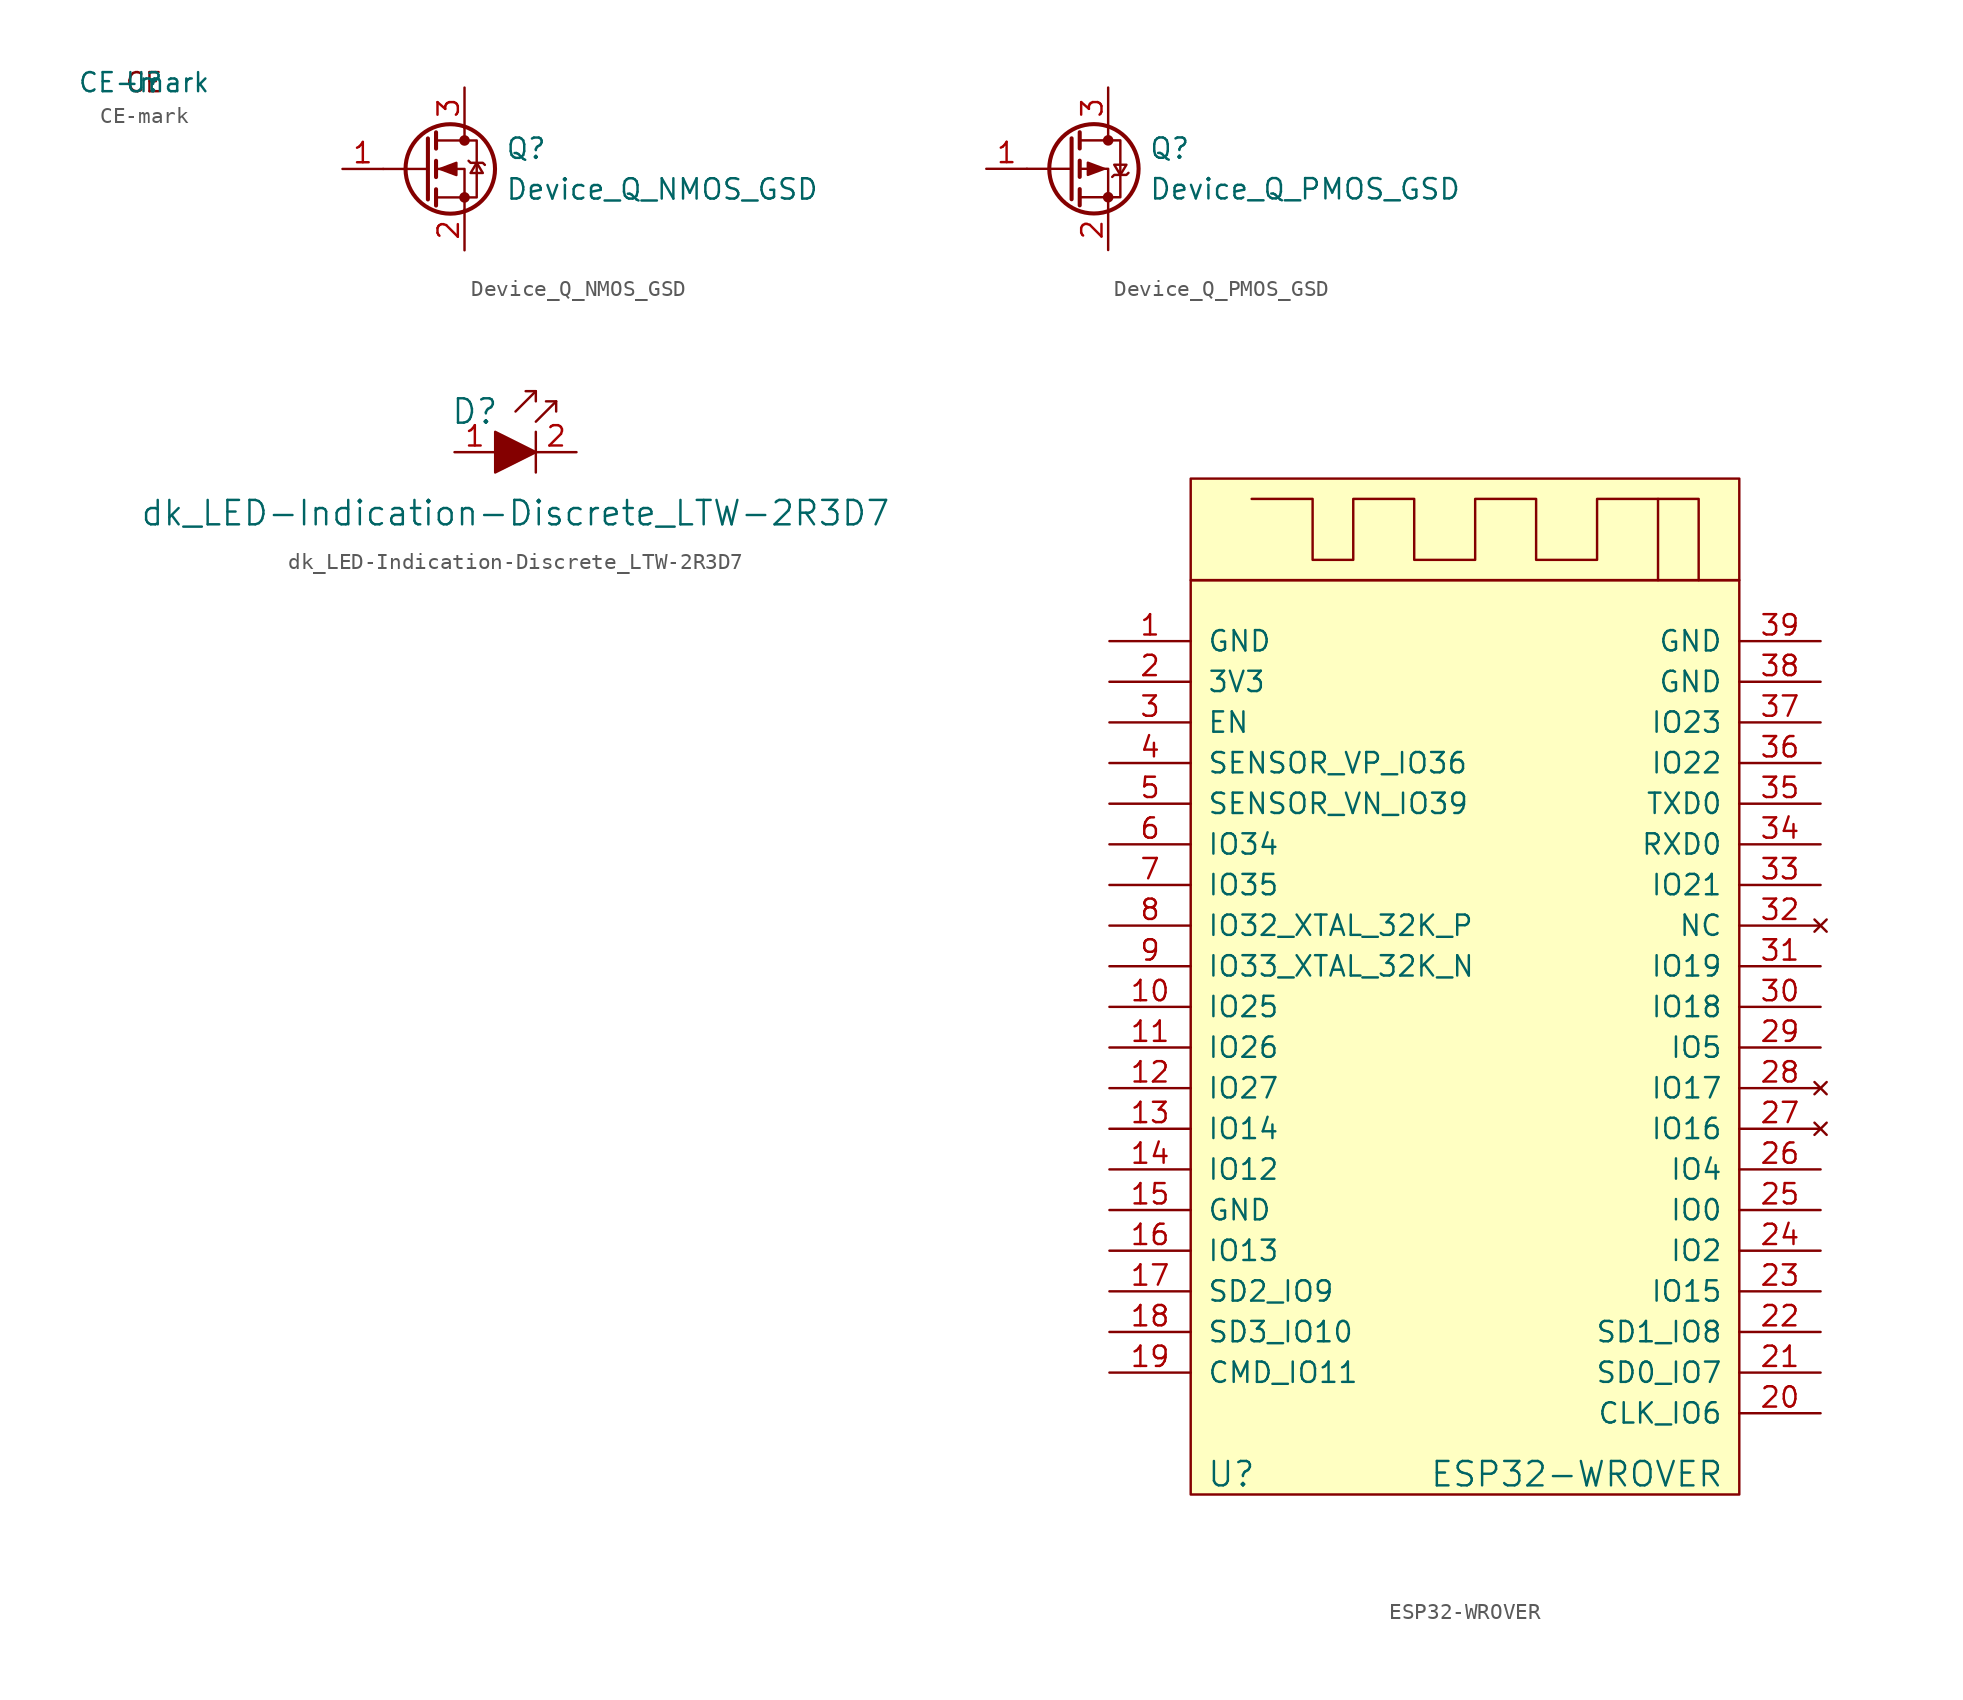
<source format=kicad_sym>
(kicad_symbol_lib
  (version 20211014)
  (generator kicad_symbol_editor)
  (symbol "CE-mark"
    (pin_names
      (offset 1.016))
    (property "Reference" "U"
      (at 0 0 0)
      (effects (font (size 1.194 1.194))))
    (property "Value" "CE-mark"
      (at 0 0 0)
      (effects (font (size 1.194 1.194))))
    (symbol "CE-mark_0_0"
      (text "CE" (at 0 0 0) (effects (font (size 1.194 1.194))))))
  (symbol "Device_Q_NMOS_GSD"
    (pin_names
      (offset 0) hide)
    (property "Reference" "Q"
      (at 5.08 1.27 0)
      (effects (font (size 1.27 1.27)) (justify left)))
    (property "Value" "Device_Q_NMOS_GSD"
      (at 5.08 -1.27 0)
      (effects (font (size 1.27 1.27)) (justify left)))
    (symbol "Device_Q_NMOS_GSD_0_1"
      (polyline (pts (xy 0.254 0) (xy -2.54 0)) (stroke (width 0) (type default) (color 0 0 0 0)) (fill (type none)))
      (polyline (pts (xy 0.254 1.905) (xy 0.254 -1.905)) (stroke (width 0.254) (type default) (color 0 0 0 0)) (fill (type none)))
      (polyline (pts (xy 0.762 -1.27) (xy 0.762 -2.286)) (stroke (width 0.254) (type default) (color 0 0 0 0)) (fill (type none)))
      (polyline (pts (xy 0.762 0.508) (xy 0.762 -0.508)) (stroke (width 0.254) (type default) (color 0 0 0 0)) (fill (type none)))
      (polyline (pts (xy 0.762 2.286) (xy 0.762 1.27)) (stroke (width 0.254) (type default) (color 0 0 0 0)) (fill (type none)))
      (polyline (pts (xy 2.54 2.54) (xy 2.54 1.778)) (stroke (width 0) (type default) (color 0 0 0 0)) (fill (type none)))
      (polyline (pts (xy 2.54 -2.54) (xy 2.54 0) (xy 0.762 0)) (stroke (width 0) (type default) (color 0 0 0 0)) (fill (type none)))
      (polyline (pts (xy 0.762 -1.778) (xy 3.302 -1.778) (xy 3.302 1.778) (xy 0.762 1.778)) (stroke (width 0) (type default) (color 0 0 0 0)) (fill (type none)))
      (polyline (pts (xy 1.016 0) (xy 2.032 0.381) (xy 2.032 -0.381) (xy 1.016 0)) (stroke (width 0) (type default) (color 0 0 0 0)) (fill (type outline)))
      (polyline (pts (xy 2.794 0.508) (xy 2.921 0.381) (xy 3.683 0.381) (xy 3.81 0.254)) (stroke (width 0) (type default) (color 0 0 0 0)) (fill (type none)))
      (polyline (pts (xy 3.302 0.381) (xy 2.921 -0.254) (xy 3.683 -0.254) (xy 3.302 0.381)) (stroke (width 0) (type default) (color 0 0 0 0)) (fill (type none)))
      (circle (center 1.651 0) (radius 2.794) (stroke (width 0.254) (type default) (color 0 0 0 0)) (fill (type none)))
      (circle (center 2.54 -1.778) (radius 0.254) (stroke (width 0) (type default) (color 0 0 0 0)) (fill (type outline)))
      (circle (center 2.54 1.778) (radius 0.254) (stroke (width 0) (type default) (color 0 0 0 0)) (fill (type outline))))
    (symbol "Device_Q_NMOS_GSD_1_1"
      (pin input line (at -5.08 0 0) (length 2.54) (name "G" (effects (font (size 1.27 1.27)))) (number "1" (effects (font (size 1.27 1.27)))))
      (pin passive line (at 2.54 -5.08 90) (length 2.54) (name "S" (effects (font (size 1.27 1.27)))) (number "2" (effects (font (size 1.27 1.27)))))
      (pin passive line (at 2.54 5.08 270) (length 2.54) (name "D" (effects (font (size 1.27 1.27)))) (number "3" (effects (font (size 1.27 1.27)))))))
  (symbol "Device_Q_PMOS_GSD"
    (pin_names
      (offset 0) hide)
    (property "Reference" "Q"
      (at 5.08 1.27 0)
      (effects (font (size 1.27 1.27)) (justify left)))
    (property "Value" "Device_Q_PMOS_GSD"
      (at 5.08 -1.27 0)
      (effects (font (size 1.27 1.27)) (justify left)))
    (symbol "Device_Q_PMOS_GSD_0_1"
      (polyline (pts (xy 0.254 0) (xy -2.54 0)) (stroke (width 0) (type default) (color 0 0 0 0)) (fill (type none)))
      (polyline (pts (xy 0.254 1.905) (xy 0.254 -1.905)) (stroke (width 0.254) (type default) (color 0 0 0 0)) (fill (type none)))
      (polyline (pts (xy 0.762 -1.27) (xy 0.762 -2.286)) (stroke (width 0.254) (type default) (color 0 0 0 0)) (fill (type none)))
      (polyline (pts (xy 0.762 0.508) (xy 0.762 -0.508)) (stroke (width 0.254) (type default) (color 0 0 0 0)) (fill (type none)))
      (polyline (pts (xy 0.762 2.286) (xy 0.762 1.27)) (stroke (width 0.254) (type default) (color 0 0 0 0)) (fill (type none)))
      (polyline (pts (xy 2.54 2.54) (xy 2.54 1.778)) (stroke (width 0) (type default) (color 0 0 0 0)) (fill (type none)))
      (polyline (pts (xy 2.54 -2.54) (xy 2.54 0) (xy 0.762 0)) (stroke (width 0) (type default) (color 0 0 0 0)) (fill (type none)))
      (polyline (pts (xy 0.762 1.778) (xy 3.302 1.778) (xy 3.302 -1.778) (xy 0.762 -1.778)) (stroke (width 0) (type default) (color 0 0 0 0)) (fill (type none)))
      (polyline (pts (xy 2.286 0) (xy 1.27 0.381) (xy 1.27 -0.381) (xy 2.286 0)) (stroke (width 0) (type default) (color 0 0 0 0)) (fill (type outline)))
      (polyline (pts (xy 2.794 -0.508) (xy 2.921 -0.381) (xy 3.683 -0.381) (xy 3.81 -0.254)) (stroke (width 0) (type default) (color 0 0 0 0)) (fill (type none)))
      (polyline (pts (xy 3.302 -0.381) (xy 2.921 0.254) (xy 3.683 0.254) (xy 3.302 -0.381)) (stroke (width 0) (type default) (color 0 0 0 0)) (fill (type none)))
      (circle (center 1.651 0) (radius 2.794) (stroke (width 0.254) (type default) (color 0 0 0 0)) (fill (type none)))
      (circle (center 2.54 -1.778) (radius 0.254) (stroke (width 0) (type default) (color 0 0 0 0)) (fill (type outline)))
      (circle (center 2.54 1.778) (radius 0.254) (stroke (width 0) (type default) (color 0 0 0 0)) (fill (type outline))))
    (symbol "Device_Q_PMOS_GSD_1_1"
      (pin input line (at -5.08 0 0) (length 2.54) (name "G" (effects (font (size 1.27 1.27)))) (number "1" (effects (font (size 1.27 1.27)))))
      (pin passive line (at 2.54 -5.08 90) (length 2.54) (name "S" (effects (font (size 1.27 1.27)))) (number "2" (effects (font (size 1.27 1.27)))))
      (pin passive line (at 2.54 5.08 270) (length 2.54) (name "D" (effects (font (size 1.27 1.27)))) (number "3" (effects (font (size 1.27 1.27)))))))
  (symbol "dk_LED-Indication-Discrete_LTW-2R3D7"
    (pin_names
      (offset 0))
    (property "Reference" "D"
      (at -3.81 2.54 0)
      (effects (font (size 1.524 1.524))))
    (property "Value" "dk_LED-Indication-Discrete_LTW-2R3D7"
      (at -1.27 -3.81 0)
      (effects (font (size 1.524 1.524))))
    (symbol "dk_LED-Indication-Discrete_LTW-2R3D7_0_1"
      (polyline (pts (xy 0 1.27) (xy 0 -1.27)) (stroke (width 0) (type default) (color 0 0 0 0)) (fill (type none)))
      (polyline (pts (xy 0 3.81) (xy -1.27 2.54)) (stroke (width 0) (type default) (color 0 0 0 0)) (fill (type none)))
      (polyline (pts (xy 1.27 3.175) (xy 0 1.905)) (stroke (width 0) (type default) (color 0 0 0 0)) (fill (type none)))
      (polyline (pts (xy -0.635 3.81) (xy 0 3.81) (xy 0 3.175)) (stroke (width 0) (type default) (color 0 0 0 0)) (fill (type none)))
      (polyline (pts (xy 0.635 3.175) (xy 1.27 3.175) (xy 1.27 2.54)) (stroke (width 0) (type default) (color 0 0 0 0)) (fill (type none)))
      (polyline (pts (xy -2.54 1.27) (xy -2.54 -1.27) (xy 0 0) (xy -2.54 1.27)) (stroke (width 0) (type default) (color 0 0 0 0)) (fill (type outline))))
    (symbol "dk_LED-Indication-Discrete_LTW-2R3D7_1_1"
      (pin passive line (at -5.08 0 0) (length 2.54) (name "~" (effects (font (size 1.27 1.27)))) (number "1" (effects (font (size 1.27 1.27)))))
      (pin passive line (at 2.54 0 180) (length 2.54) (name "~" (effects (font (size 1.27 1.27)))) (number "2" (effects (font (size 1.27 1.27)))))))
  (symbol "ESP32-WROVER"
    (pin_names
      (offset 1.016))
    (property "Reference" "U"
      (at -15.24 -33.02 0)
      (effects (font (size 1.524 1.524))))
    (property "Value" "ESP32-WROVER"
      (at 6.35 -33.02 0)
      (effects (font (size 1.524 1.524))))
    (symbol "ESP32-WROVER_0_1"
      (rectangle (start -17.78 22.86) (end 16.51 -34.29) (stroke (width 0) (type default) (color 0 0 0 0)) (fill (type background)))
      (rectangle (start -17.78 29.21) (end 16.51 22.86) (stroke (width 0) (type default) (color 0 0 0 0)) (fill (type background)))
      (polyline (pts (xy 11.43 27.94) (xy 13.97 27.94) (xy 13.97 22.86)) (stroke (width 0) (type default) (color 0 0 0 0)) (fill (type none)))
      (polyline (pts (xy -13.97 27.94) (xy -10.16 27.94) (xy -10.16 24.13) (xy -7.62 24.13) (xy -7.62 27.94) (xy -3.81 27.94) (xy -3.81 24.13) (xy 0 24.13) (xy 0 27.94) (xy 3.81 27.94) (xy 3.81 24.13) (xy 7.62 24.13) (xy 7.62 27.94) (xy 11.43 27.94) (xy 11.43 22.86)) (stroke (width 0) (type default) (color 0 0 0 0)) (fill (type none))))
    (symbol "ESP32-WROVER_1_1"
      (pin power_in line (at -22.86 19.05 0) (length 5.08) (name "GND" (effects (font (size 1.27 1.27)))) (number "1" (effects (font (size 1.27 1.27)))))
      (pin bidirectional line (at -22.86 -3.81 0) (length 5.08) (name "IO25" (effects (font (size 1.27 1.27)))) (number "10" (effects (font (size 1.27 1.27)))))
      (pin bidirectional line (at -22.86 -6.35 0) (length 5.08) (name "IO26" (effects (font (size 1.27 1.27)))) (number "11" (effects (font (size 1.27 1.27)))))
      (pin bidirectional line (at -22.86 -8.89 0) (length 5.08) (name "IO27" (effects (font (size 1.27 1.27)))) (number "12" (effects (font (size 1.27 1.27)))))
      (pin bidirectional line (at -22.86 -11.43 0) (length 5.08) (name "IO14" (effects (font (size 1.27 1.27)))) (number "13" (effects (font (size 1.27 1.27)))))
      (pin bidirectional line (at -22.86 -13.97 0) (length 5.08) (name "IO12" (effects (font (size 1.27 1.27)))) (number "14" (effects (font (size 1.27 1.27)))))
      (pin power_in line (at -22.86 -16.51 0) (length 5.08) (name "GND" (effects (font (size 1.27 1.27)))) (number "15" (effects (font (size 1.27 1.27)))))
      (pin bidirectional line (at -22.86 -19.05 0) (length 5.08) (name "IO13" (effects (font (size 1.27 1.27)))) (number "16" (effects (font (size 1.27 1.27)))))
      (pin bidirectional line (at -22.86 -21.59 0) (length 5.08) (name "SD2_IO9" (effects (font (size 1.27 1.27)))) (number "17" (effects (font (size 1.27 1.27)))))
      (pin bidirectional line (at -22.86 -24.13 0) (length 5.08) (name "SD3_IO10" (effects (font (size 1.27 1.27)))) (number "18" (effects (font (size 1.27 1.27)))))
      (pin bidirectional line (at -22.86 -26.67 0) (length 5.08) (name "CMD_IO11" (effects (font (size 1.27 1.27)))) (number "19" (effects (font (size 1.27 1.27)))))
      (pin power_in line (at -22.86 16.51 0) (length 5.08) (name "3V3" (effects (font (size 1.27 1.27)))) (number "2" (effects (font (size 1.27 1.27)))))
      (pin bidirectional line (at 21.59 -29.21 180) (length 5.08) (name "CLK_IO6" (effects (font (size 1.27 1.27)))) (number "20" (effects (font (size 1.27 1.27)))))
      (pin bidirectional line (at 21.59 -26.67 180) (length 5.08) (name "SD0_IO7" (effects (font (size 1.27 1.27)))) (number "21" (effects (font (size 1.27 1.27)))))
      (pin bidirectional line (at 21.59 -24.13 180) (length 5.08) (name "SD1_IO8" (effects (font (size 1.27 1.27)))) (number "22" (effects (font (size 1.27 1.27)))))
      (pin bidirectional line (at 21.59 -21.59 180) (length 5.08) (name "IO15" (effects (font (size 1.27 1.27)))) (number "23" (effects (font (size 1.27 1.27)))))
      (pin bidirectional line (at 21.59 -19.05 180) (length 5.08) (name "IO2" (effects (font (size 1.27 1.27)))) (number "24" (effects (font (size 1.27 1.27)))))
      (pin bidirectional line (at 21.59 -16.51 180) (length 5.08) (name "IO0" (effects (font (size 1.27 1.27)))) (number "25" (effects (font (size 1.27 1.27)))))
      (pin bidirectional line (at 21.59 -13.97 180) (length 5.08) (name "IO4" (effects (font (size 1.27 1.27)))) (number "26" (effects (font (size 1.27 1.27)))))
      (pin no_connect line (at 21.59 -11.43 180) (length 5.08) (name "IO16" (effects (font (size 1.27 1.27)))) (number "27" (effects (font (size 1.27 1.27)))))
      (pin no_connect line (at 21.59 -8.89 180) (length 5.08) (name "IO17" (effects (font (size 1.27 1.27)))) (number "28" (effects (font (size 1.27 1.27)))))
      (pin bidirectional line (at 21.59 -6.35 180) (length 5.08) (name "IO5" (effects (font (size 1.27 1.27)))) (number "29" (effects (font (size 1.27 1.27)))))
      (pin input line (at -22.86 13.97 0) (length 5.08) (name "EN" (effects (font (size 1.27 1.27)))) (number "3" (effects (font (size 1.27 1.27)))))
      (pin bidirectional line (at 21.59 -3.81 180) (length 5.08) (name "IO18" (effects (font (size 1.27 1.27)))) (number "30" (effects (font (size 1.27 1.27)))))
      (pin bidirectional line (at 21.59 -1.27 180) (length 5.08) (name "IO19" (effects (font (size 1.27 1.27)))) (number "31" (effects (font (size 1.27 1.27)))))
      (pin no_connect line (at 21.59 1.27 180) (length 5.08) (name "NC" (effects (font (size 1.27 1.27)))) (number "32" (effects (font (size 1.27 1.27)))))
      (pin bidirectional line (at 21.59 3.81 180) (length 5.08) (name "IO21" (effects (font (size 1.27 1.27)))) (number "33" (effects (font (size 1.27 1.27)))))
      (pin input line (at 21.59 6.35 180) (length 5.08) (name "RXD0" (effects (font (size 1.27 1.27)))) (number "34" (effects (font (size 1.27 1.27)))))
      (pin output line (at 21.59 8.89 180) (length 5.08) (name "TXD0" (effects (font (size 1.27 1.27)))) (number "35" (effects (font (size 1.27 1.27)))))
      (pin bidirectional line (at 21.59 11.43 180) (length 5.08) (name "IO22" (effects (font (size 1.27 1.27)))) (number "36" (effects (font (size 1.27 1.27)))))
      (pin bidirectional line (at 21.59 13.97 180) (length 5.08) (name "IO23" (effects (font (size 1.27 1.27)))) (number "37" (effects (font (size 1.27 1.27)))))
      (pin power_in line (at 21.59 16.51 180) (length 5.08) (name "GND" (effects (font (size 1.27 1.27)))) (number "38" (effects (font (size 1.27 1.27)))))
      (pin power_in line (at 21.59 19.05 180) (length 5.08) (name "GND" (effects (font (size 1.27 1.27)))) (number "39" (effects (font (size 1.27 1.27)))))
      (pin input line (at -22.86 11.43 0) (length 5.08) (name "SENSOR_VP_IO36" (effects (font (size 1.27 1.27)))) (number "4" (effects (font (size 1.27 1.27)))))
      (pin input line (at -22.86 8.89 0) (length 5.08) (name "SENSOR_VN_IO39" (effects (font (size 1.27 1.27)))) (number "5" (effects (font (size 1.27 1.27)))))
      (pin input line (at -22.86 6.35 0) (length 5.08) (name "IO34" (effects (font (size 1.27 1.27)))) (number "6" (effects (font (size 1.27 1.27)))))
      (pin input line (at -22.86 3.81 0) (length 5.08) (name "IO35" (effects (font (size 1.27 1.27)))) (number "7" (effects (font (size 1.27 1.27)))))
      (pin bidirectional line (at -22.86 1.27 0) (length 5.08) (name "IO32_XTAL_32K_P" (effects (font (size 1.27 1.27)))) (number "8" (effects (font (size 1.27 1.27)))))
      (pin bidirectional line (at -22.86 -1.27 0) (length 5.08) (name "IO33_XTAL_32K_N" (effects (font (size 1.27 1.27)))) (number "9" (effects (font (size 1.27 1.27))))))))
</source>
